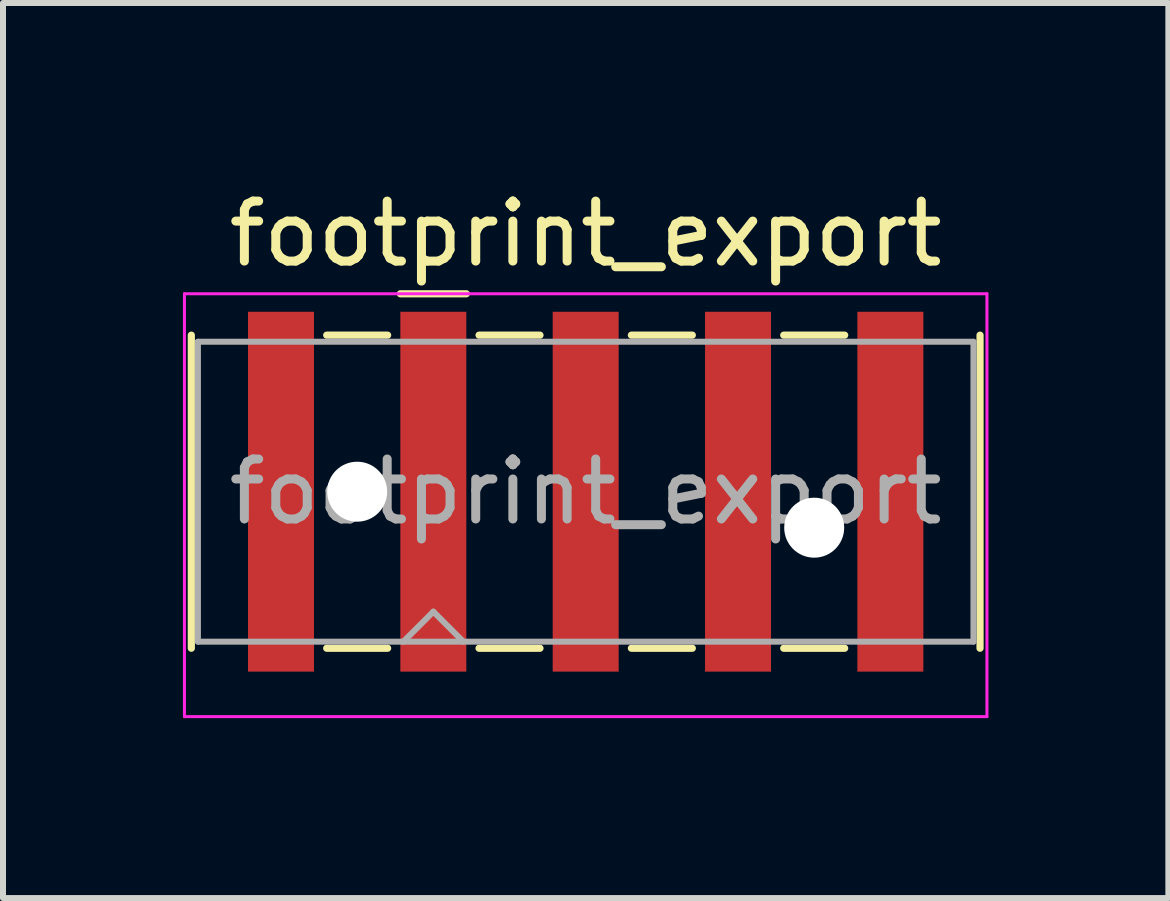
<source format=kicad_pcb>
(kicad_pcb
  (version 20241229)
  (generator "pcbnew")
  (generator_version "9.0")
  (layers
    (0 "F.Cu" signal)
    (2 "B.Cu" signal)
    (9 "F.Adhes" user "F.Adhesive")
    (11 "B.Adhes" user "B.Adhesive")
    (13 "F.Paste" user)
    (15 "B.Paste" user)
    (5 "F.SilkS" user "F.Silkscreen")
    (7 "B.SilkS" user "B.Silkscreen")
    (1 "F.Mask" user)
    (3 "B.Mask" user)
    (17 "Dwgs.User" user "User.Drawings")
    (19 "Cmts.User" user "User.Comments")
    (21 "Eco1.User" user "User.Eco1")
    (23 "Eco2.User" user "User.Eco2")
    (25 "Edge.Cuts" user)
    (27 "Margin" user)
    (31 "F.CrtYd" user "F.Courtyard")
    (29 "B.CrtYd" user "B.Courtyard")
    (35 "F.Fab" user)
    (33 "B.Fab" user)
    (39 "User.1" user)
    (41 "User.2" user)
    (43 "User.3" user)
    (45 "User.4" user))
  (footprint "footprint_export"
    (layer "F.Cu")
    (at 6.715 5.148)
    (property "Reference" "footprint_export" (at 0 -4.3 0) (layer "F.SilkS") (effects (font (size 1 1) (thickness 0.15))))
    (attr smd)
    (fp_line (start -6.575 -2.61) (end -6.575 2.61) (stroke (width 0.12) (type solid)) (layer "F.SilkS"))
    (fp_line (start -4.318 -2.61) (end -3.302 -2.61) (stroke (width 0.12) (type solid)) (layer "F.SilkS"))
    (fp_line (start -4.318 2.61) (end -3.302 2.61) (stroke (width 0.12) (type solid)) (layer "F.SilkS"))
    (fp_line (start -3.09 -3.3) (end -1.99 -3.3) (stroke (width 0.12) (type solid)) (layer "F.SilkS"))
    (fp_line (start -1.778 -2.61) (end -0.762 -2.61) (stroke (width 0.12) (type solid)) (layer "F.SilkS"))
    (fp_line (start -1.778 2.61) (end -0.762 2.61) (stroke (width 0.12) (type solid)) (layer "F.SilkS"))
    (fp_line (start 0.762 -2.61) (end 1.778 -2.61) (stroke (width 0.12) (type solid)) (layer "F.SilkS"))
    (fp_line (start 0.762 2.61) (end 1.778 2.61) (stroke (width 0.12) (type solid)) (layer "F.SilkS"))
    (fp_line (start 3.302 -2.61) (end 4.318 -2.61) (stroke (width 0.12) (type solid)) (layer "F.SilkS"))
    (fp_line (start 3.302 2.61) (end 4.318 2.61) (stroke (width 0.12) (type solid)) (layer "F.SilkS"))
    (fp_line (start 6.575 -2.61) (end 6.575 2.61) (stroke (width 0.12) (type solid)) (layer "F.SilkS"))
    (fp_line (start -6.69 -3.3) (end -6.69 3.75) (stroke (width 0.05) (type solid)) (layer "F.CrtYd"))
    (fp_line (start -6.69 3.75) (end 6.69 3.75) (stroke (width 0.05) (type solid)) (layer "F.CrtYd"))
    (fp_line (start 6.69 -3.3) (end -6.69 -3.3) (stroke (width 0.05) (type solid)) (layer "F.CrtYd"))
    (fp_line (start 6.69 3.75) (end 6.69 -3.3) (stroke (width 0.05) (type solid)) (layer "F.CrtYd"))
    (fp_line (start -6.465 -2.5) (end -6.465 2.5) (stroke (width 0.1) (type solid)) (layer "F.Fab"))
    (fp_line (start -6.465 2.5) (end 6.465 2.5) (stroke (width 0.1) (type solid)) (layer "F.Fab"))
    (fp_line (start -3.04 2.5) (end -2.54 2) (stroke (width 0.1) (type solid)) (layer "F.Fab"))
    (fp_line (start -2.54 2) (end -2.04 2.5) (stroke (width 0.1) (type solid)) (layer "F.Fab"))
    (fp_line (start 6.465 -2.5) (end -6.465 -2.5) (stroke (width 0.1) (type solid)) (layer "F.Fab"))
    (fp_line (start 6.465 2.5) (end 6.465 -2.5) (stroke (width 0.1) (type solid)) (layer "F.Fab"))
    (fp_text user "${REFERENCE}" (at 0 0 0) (layer "F.Fab") (effects (font (size 1 1) (thickness 0.15))))
    (pad "" np_thru_hole circle (at -3.81 0) (size 1 1) (drill 1) (layers "*.Cu" "*.Mask"))
    (pad "" np_thru_hole circle (at 3.81 0.6) (size 1 1) (drill 1) (layers "*.Cu" "*.Mask"))
    (pad "1" smd rect (at -2.54 0) (size 1.1 6) (layers "F.Cu" "F.Mask" "F.Paste"))
    (pad "2" smd rect (at 0 0) (size 1.1 6) (layers "F.Cu" "F.Mask" "F.Paste"))
    (pad "3" smd rect (at 2.54 0) (size 1.1 6) (layers "F.Cu" "F.Mask" "F.Paste"))
    (pad "MP" smd rect (at -5.08 0) (size 1.1 6) (layers "F.Cu" "F.Mask" "F.Paste"))
    (pad "MP" smd rect (at 5.08 0) (size 1.1 6) (layers "F.Cu" "F.Mask" "F.Paste")))
  (gr_rect
    (start -3 -3)
    (end 16.43 11.923)
    (stroke (width 0.1) (type default))
    (fill no)
    (layer "Edge.Cuts")))
</source>
